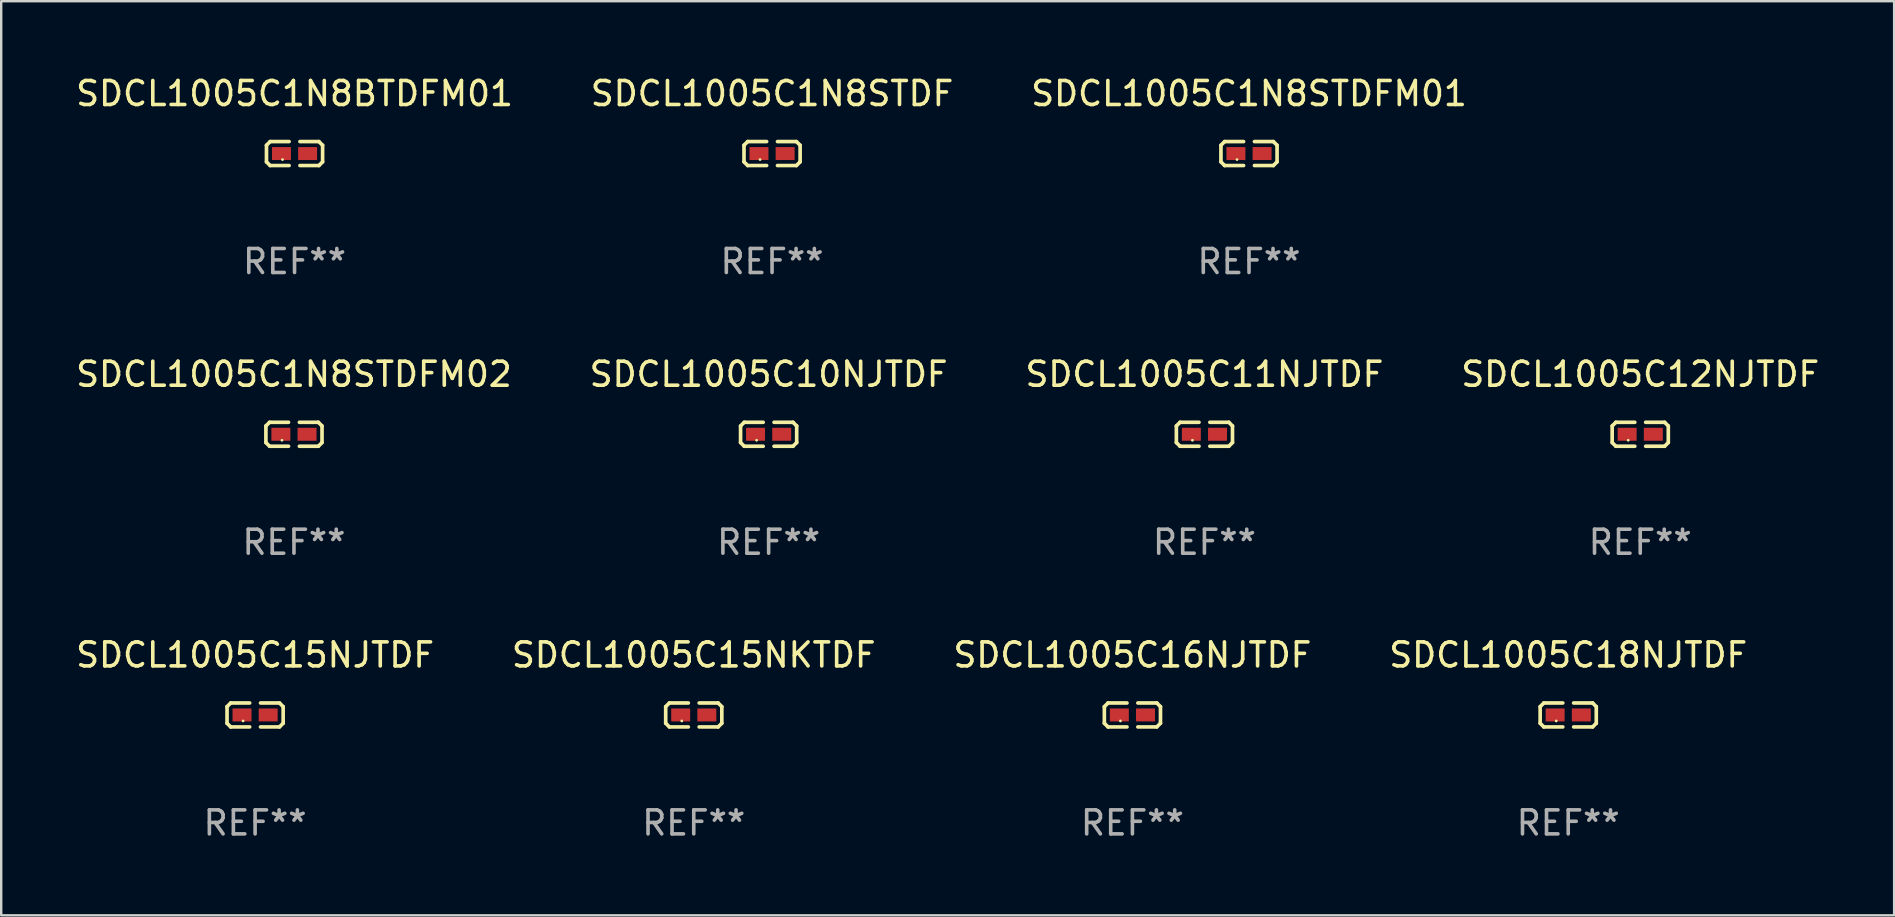
<source format=kicad_pcb>
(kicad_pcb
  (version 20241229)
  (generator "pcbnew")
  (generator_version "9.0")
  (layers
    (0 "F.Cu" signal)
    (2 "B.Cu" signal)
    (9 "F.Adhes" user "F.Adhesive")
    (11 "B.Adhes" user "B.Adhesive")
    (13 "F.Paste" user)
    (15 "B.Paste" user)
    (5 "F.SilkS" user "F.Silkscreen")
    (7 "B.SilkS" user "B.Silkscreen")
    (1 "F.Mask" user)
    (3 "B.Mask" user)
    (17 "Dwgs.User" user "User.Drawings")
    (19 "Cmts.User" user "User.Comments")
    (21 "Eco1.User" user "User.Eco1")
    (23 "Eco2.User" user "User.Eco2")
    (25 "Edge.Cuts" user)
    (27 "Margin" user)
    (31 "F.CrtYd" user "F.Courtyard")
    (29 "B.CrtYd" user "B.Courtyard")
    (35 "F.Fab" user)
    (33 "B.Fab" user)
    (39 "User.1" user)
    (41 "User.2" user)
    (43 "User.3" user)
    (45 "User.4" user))
  (footprint "SDCL1005C15NKTDF"
    (layer "F.Cu")
    (at 25.851 26.734)
    (property "Reference" "SDCL1005C15NKTDF" (at 0 -2.499 0) (layer "F.SilkS") (effects (font (size 1 1) (thickness 0.15))))
    (attr through_hole)
    (fp_line (start -1.169 -0.346) (end -1.016 -0.499) (stroke (width 0.152) (type solid)) (layer "F.SilkS"))
    (fp_line (start -1.169 0.346) (end -1.169 -0.346) (stroke (width 0.152) (type solid)) (layer "F.SilkS"))
    (fp_line (start -1.016 -0.499) (end -0.226 -0.499) (stroke (width 0.152) (type solid)) (layer "F.SilkS"))
    (fp_line (start -1.016 0.499) (end -1.169 0.346) (stroke (width 0.152) (type solid)) (layer "F.SilkS"))
    (fp_line (start -0.226 0.499) (end -1.016 0.499) (stroke (width 0.152) (type solid)) (layer "F.SilkS"))
    (fp_line (start 0.226 0.499) (end 1.016 0.499) (stroke (width 0.152) (type solid)) (layer "F.SilkS"))
    (fp_line (start 1.016 -0.499) (end 0.226 -0.499) (stroke (width 0.152) (type solid)) (layer "F.SilkS"))
    (fp_line (start 1.016 0.499) (end 1.169 0.346) (stroke (width 0.152) (type solid)) (layer "F.SilkS"))
    (fp_line (start 1.169 -0.346) (end 1.016 -0.499) (stroke (width 0.152) (type solid)) (layer "F.SilkS"))
    (fp_line (start 1.169 0.346) (end 1.169 -0.346) (stroke (width 0.152) (type solid)) (layer "F.SilkS"))
    (fp_circle (center -0.5 0.25) (end -0.47 0.25) (stroke (width 0.06) (type solid)) (fill no) (layer "F.SilkS"))
    (fp_text user "REF**" (at 0 4.499 0) (layer "F.Fab") (effects (font (size 1 1) (thickness 0.15))))
    (pad "1" smd rect (at -0.545 0) (size 0.79 0.54) (layers "F.Cu" "F.Mask" "F.Paste"))
    (pad "2" smd rect (at 0.545 0) (size 0.79 0.54) (layers "F.Cu" "F.Mask" "F.Paste")))
  (footprint "SDCL1005C1N8STDFM01"
    (layer "F.Cu")
    (at 48.982 3.347)
    (property "Reference" "SDCL1005C1N8STDFM01" (at 0 -2.499 0) (layer "F.SilkS") (effects (font (size 1 1) (thickness 0.15))))
    (attr through_hole)
    (fp_line (start -1.169 -0.346) (end -1.016 -0.499) (stroke (width 0.152) (type solid)) (layer "F.SilkS"))
    (fp_line (start -1.169 0.346) (end -1.169 -0.346) (stroke (width 0.152) (type solid)) (layer "F.SilkS"))
    (fp_line (start -1.016 -0.499) (end -0.226 -0.499) (stroke (width 0.152) (type solid)) (layer "F.SilkS"))
    (fp_line (start -1.016 0.499) (end -1.169 0.346) (stroke (width 0.152) (type solid)) (layer "F.SilkS"))
    (fp_line (start -0.226 0.499) (end -1.016 0.499) (stroke (width 0.152) (type solid)) (layer "F.SilkS"))
    (fp_line (start 0.226 0.499) (end 1.016 0.499) (stroke (width 0.152) (type solid)) (layer "F.SilkS"))
    (fp_line (start 1.016 -0.499) (end 0.226 -0.499) (stroke (width 0.152) (type solid)) (layer "F.SilkS"))
    (fp_line (start 1.016 0.499) (end 1.169 0.346) (stroke (width 0.152) (type solid)) (layer "F.SilkS"))
    (fp_line (start 1.169 -0.346) (end 1.016 -0.499) (stroke (width 0.152) (type solid)) (layer "F.SilkS"))
    (fp_line (start 1.169 0.346) (end 1.169 -0.346) (stroke (width 0.152) (type solid)) (layer "F.SilkS"))
    (fp_circle (center -0.5 0.25) (end -0.47 0.25) (stroke (width 0.06) (type solid)) (fill no) (layer "F.SilkS"))
    (fp_text user "REF**" (at 0 4.499 0) (layer "F.Fab") (effects (font (size 1 1) (thickness 0.15))))
    (pad "1" smd rect (at -0.545 0) (size 0.79 0.54) (layers "F.Cu" "F.Mask" "F.Paste"))
    (pad "2" smd rect (at 0.545 0) (size 0.79 0.54) (layers "F.Cu" "F.Mask" "F.Paste")))
  (footprint "SDCL1005C15NJTDF"
    (layer "F.Cu")
    (at 7.577 26.734)
    (property "Reference" "SDCL1005C15NJTDF" (at 0 -2.499 0) (layer "F.SilkS") (effects (font (size 1 1) (thickness 0.15))))
    (attr through_hole)
    (fp_line (start -1.169 -0.346) (end -1.016 -0.499) (stroke (width 0.152) (type solid)) (layer "F.SilkS"))
    (fp_line (start -1.169 0.346) (end -1.169 -0.346) (stroke (width 0.152) (type solid)) (layer "F.SilkS"))
    (fp_line (start -1.016 -0.499) (end -0.226 -0.499) (stroke (width 0.152) (type solid)) (layer "F.SilkS"))
    (fp_line (start -1.016 0.499) (end -1.169 0.346) (stroke (width 0.152) (type solid)) (layer "F.SilkS"))
    (fp_line (start -0.226 0.499) (end -1.016 0.499) (stroke (width 0.152) (type solid)) (layer "F.SilkS"))
    (fp_line (start 0.226 0.499) (end 1.016 0.499) (stroke (width 0.152) (type solid)) (layer "F.SilkS"))
    (fp_line (start 1.016 -0.499) (end 0.226 -0.499) (stroke (width 0.152) (type solid)) (layer "F.SilkS"))
    (fp_line (start 1.016 0.499) (end 1.169 0.346) (stroke (width 0.152) (type solid)) (layer "F.SilkS"))
    (fp_line (start 1.169 -0.346) (end 1.016 -0.499) (stroke (width 0.152) (type solid)) (layer "F.SilkS"))
    (fp_line (start 1.169 0.346) (end 1.169 -0.346) (stroke (width 0.152) (type solid)) (layer "F.SilkS"))
    (fp_circle (center -0.5 0.25) (end -0.47 0.25) (stroke (width 0.06) (type solid)) (fill no) (layer "F.SilkS"))
    (fp_text user "REF**" (at 0 4.499 0) (layer "F.Fab") (effects (font (size 1 1) (thickness 0.15))))
    (pad "1" smd rect (at -0.545 0) (size 0.79 0.54) (layers "F.Cu" "F.Mask" "F.Paste"))
    (pad "2" smd rect (at 0.545 0) (size 0.79 0.54) (layers "F.Cu" "F.Mask" "F.Paste")))
  (footprint "SDCL1005C10NJTDF"
    (layer "F.Cu")
    (at 28.97 15.041)
    (property "Reference" "SDCL1005C10NJTDF" (at 0 -2.499 0) (layer "F.SilkS") (effects (font (size 1 1) (thickness 0.15))))
    (attr through_hole)
    (fp_line (start -1.169 -0.346) (end -1.016 -0.499) (stroke (width 0.152) (type solid)) (layer "F.SilkS"))
    (fp_line (start -1.169 0.346) (end -1.169 -0.346) (stroke (width 0.152) (type solid)) (layer "F.SilkS"))
    (fp_line (start -1.016 -0.499) (end -0.226 -0.499) (stroke (width 0.152) (type solid)) (layer "F.SilkS"))
    (fp_line (start -1.016 0.499) (end -1.169 0.346) (stroke (width 0.152) (type solid)) (layer "F.SilkS"))
    (fp_line (start -0.226 0.499) (end -1.016 0.499) (stroke (width 0.152) (type solid)) (layer "F.SilkS"))
    (fp_line (start 0.226 0.499) (end 1.016 0.499) (stroke (width 0.152) (type solid)) (layer "F.SilkS"))
    (fp_line (start 1.016 -0.499) (end 0.226 -0.499) (stroke (width 0.152) (type solid)) (layer "F.SilkS"))
    (fp_line (start 1.016 0.499) (end 1.169 0.346) (stroke (width 0.152) (type solid)) (layer "F.SilkS"))
    (fp_line (start 1.169 -0.346) (end 1.016 -0.499) (stroke (width 0.152) (type solid)) (layer "F.SilkS"))
    (fp_line (start 1.169 0.346) (end 1.169 -0.346) (stroke (width 0.152) (type solid)) (layer "F.SilkS"))
    (fp_circle (center -0.5 0.25) (end -0.47 0.25) (stroke (width 0.06) (type solid)) (fill no) (layer "F.SilkS"))
    (fp_text user "REF**" (at 0 4.499 0) (layer "F.Fab") (effects (font (size 1 1) (thickness 0.15))))
    (pad "1" smd rect (at -0.545 0) (size 0.79 0.54) (layers "F.Cu" "F.Mask" "F.Paste"))
    (pad "2" smd rect (at 0.545 0) (size 0.79 0.54) (layers "F.Cu" "F.Mask" "F.Paste")))
  (footprint "SDCL1005C16NJTDF"
    (layer "F.Cu")
    (at 44.125 26.734)
    (property "Reference" "SDCL1005C16NJTDF" (at 0 -2.499 0) (layer "F.SilkS") (effects (font (size 1 1) (thickness 0.15))))
    (attr through_hole)
    (fp_line (start -1.169 -0.346) (end -1.016 -0.499) (stroke (width 0.152) (type solid)) (layer "F.SilkS"))
    (fp_line (start -1.169 0.346) (end -1.169 -0.346) (stroke (width 0.152) (type solid)) (layer "F.SilkS"))
    (fp_line (start -1.016 -0.499) (end -0.226 -0.499) (stroke (width 0.152) (type solid)) (layer "F.SilkS"))
    (fp_line (start -1.016 0.499) (end -1.169 0.346) (stroke (width 0.152) (type solid)) (layer "F.SilkS"))
    (fp_line (start -0.226 0.499) (end -1.016 0.499) (stroke (width 0.152) (type solid)) (layer "F.SilkS"))
    (fp_line (start 0.226 0.499) (end 1.016 0.499) (stroke (width 0.152) (type solid)) (layer "F.SilkS"))
    (fp_line (start 1.016 -0.499) (end 0.226 -0.499) (stroke (width 0.152) (type solid)) (layer "F.SilkS"))
    (fp_line (start 1.016 0.499) (end 1.169 0.346) (stroke (width 0.152) (type solid)) (layer "F.SilkS"))
    (fp_line (start 1.169 -0.346) (end 1.016 -0.499) (stroke (width 0.152) (type solid)) (layer "F.SilkS"))
    (fp_line (start 1.169 0.346) (end 1.169 -0.346) (stroke (width 0.152) (type solid)) (layer "F.SilkS"))
    (fp_circle (center -0.5 0.25) (end -0.47 0.25) (stroke (width 0.06) (type solid)) (fill no) (layer "F.SilkS"))
    (fp_text user "REF**" (at 0 4.499 0) (layer "F.Fab") (effects (font (size 1 1) (thickness 0.15))))
    (pad "1" smd rect (at -0.545 0) (size 0.79 0.54) (layers "F.Cu" "F.Mask" "F.Paste"))
    (pad "2" smd rect (at 0.545 0) (size 0.79 0.54) (layers "F.Cu" "F.Mask" "F.Paste")))
  (footprint "SDCL1005C11NJTDF"
    (layer "F.Cu")
    (at 47.125 15.041)
    (property "Reference" "SDCL1005C11NJTDF" (at 0 -2.499 0) (layer "F.SilkS") (effects (font (size 1 1) (thickness 0.15))))
    (attr through_hole)
    (fp_line (start -1.169 -0.346) (end -1.016 -0.499) (stroke (width 0.152) (type solid)) (layer "F.SilkS"))
    (fp_line (start -1.169 0.346) (end -1.169 -0.346) (stroke (width 0.152) (type solid)) (layer "F.SilkS"))
    (fp_line (start -1.016 -0.499) (end -0.226 -0.499) (stroke (width 0.152) (type solid)) (layer "F.SilkS"))
    (fp_line (start -1.016 0.499) (end -1.169 0.346) (stroke (width 0.152) (type solid)) (layer "F.SilkS"))
    (fp_line (start -0.226 0.499) (end -1.016 0.499) (stroke (width 0.152) (type solid)) (layer "F.SilkS"))
    (fp_line (start 0.226 0.499) (end 1.016 0.499) (stroke (width 0.152) (type solid)) (layer "F.SilkS"))
    (fp_line (start 1.016 -0.499) (end 0.226 -0.499) (stroke (width 0.152) (type solid)) (layer "F.SilkS"))
    (fp_line (start 1.016 0.499) (end 1.169 0.346) (stroke (width 0.152) (type solid)) (layer "F.SilkS"))
    (fp_line (start 1.169 -0.346) (end 1.016 -0.499) (stroke (width 0.152) (type solid)) (layer "F.SilkS"))
    (fp_line (start 1.169 0.346) (end 1.169 -0.346) (stroke (width 0.152) (type solid)) (layer "F.SilkS"))
    (fp_circle (center -0.5 0.25) (end -0.47 0.25) (stroke (width 0.06) (type solid)) (fill no) (layer "F.SilkS"))
    (fp_text user "REF**" (at 0 4.499 0) (layer "F.Fab") (effects (font (size 1 1) (thickness 0.15))))
    (pad "1" smd rect (at -0.545 0) (size 0.79 0.54) (layers "F.Cu" "F.Mask" "F.Paste"))
    (pad "2" smd rect (at 0.545 0) (size 0.79 0.54) (layers "F.Cu" "F.Mask" "F.Paste")))
  (footprint "SDCL1005C12NJTDF"
    (layer "F.Cu")
    (at 65.28 15.041)
    (property "Reference" "SDCL1005C12NJTDF" (at 0 -2.499 0) (layer "F.SilkS") (effects (font (size 1 1) (thickness 0.15))))
    (attr through_hole)
    (fp_line (start -1.169 -0.346) (end -1.016 -0.499) (stroke (width 0.152) (type solid)) (layer "F.SilkS"))
    (fp_line (start -1.169 0.346) (end -1.169 -0.346) (stroke (width 0.152) (type solid)) (layer "F.SilkS"))
    (fp_line (start -1.016 -0.499) (end -0.226 -0.499) (stroke (width 0.152) (type solid)) (layer "F.SilkS"))
    (fp_line (start -1.016 0.499) (end -1.169 0.346) (stroke (width 0.152) (type solid)) (layer "F.SilkS"))
    (fp_line (start -0.226 0.499) (end -1.016 0.499) (stroke (width 0.152) (type solid)) (layer "F.SilkS"))
    (fp_line (start 0.226 0.499) (end 1.016 0.499) (stroke (width 0.152) (type solid)) (layer "F.SilkS"))
    (fp_line (start 1.016 -0.499) (end 0.226 -0.499) (stroke (width 0.152) (type solid)) (layer "F.SilkS"))
    (fp_line (start 1.016 0.499) (end 1.169 0.346) (stroke (width 0.152) (type solid)) (layer "F.SilkS"))
    (fp_line (start 1.169 -0.346) (end 1.016 -0.499) (stroke (width 0.152) (type solid)) (layer "F.SilkS"))
    (fp_line (start 1.169 0.346) (end 1.169 -0.346) (stroke (width 0.152) (type solid)) (layer "F.SilkS"))
    (fp_circle (center -0.5 0.25) (end -0.47 0.25) (stroke (width 0.06) (type solid)) (fill no) (layer "F.SilkS"))
    (fp_text user "REF**" (at 0 4.499 0) (layer "F.Fab") (effects (font (size 1 1) (thickness 0.15))))
    (pad "1" smd rect (at -0.545 0) (size 0.79 0.54) (layers "F.Cu" "F.Mask" "F.Paste"))
    (pad "2" smd rect (at 0.545 0) (size 0.79 0.54) (layers "F.Cu" "F.Mask" "F.Paste")))
  (footprint "SDCL1005C1N8STDF"
    (layer "F.Cu")
    (at 29.113 3.347)
    (property "Reference" "SDCL1005C1N8STDF" (at 0 -2.499 0) (layer "F.SilkS") (effects (font (size 1 1) (thickness 0.15))))
    (attr through_hole)
    (fp_line (start -1.169 -0.346) (end -1.016 -0.499) (stroke (width 0.152) (type solid)) (layer "F.SilkS"))
    (fp_line (start -1.169 0.346) (end -1.169 -0.346) (stroke (width 0.152) (type solid)) (layer "F.SilkS"))
    (fp_line (start -1.016 -0.499) (end -0.226 -0.499) (stroke (width 0.152) (type solid)) (layer "F.SilkS"))
    (fp_line (start -1.016 0.499) (end -1.169 0.346) (stroke (width 0.152) (type solid)) (layer "F.SilkS"))
    (fp_line (start -0.226 0.499) (end -1.016 0.499) (stroke (width 0.152) (type solid)) (layer "F.SilkS"))
    (fp_line (start 0.226 0.499) (end 1.016 0.499) (stroke (width 0.152) (type solid)) (layer "F.SilkS"))
    (fp_line (start 1.016 -0.499) (end 0.226 -0.499) (stroke (width 0.152) (type solid)) (layer "F.SilkS"))
    (fp_line (start 1.016 0.499) (end 1.169 0.346) (stroke (width 0.152) (type solid)) (layer "F.SilkS"))
    (fp_line (start 1.169 -0.346) (end 1.016 -0.499) (stroke (width 0.152) (type solid)) (layer "F.SilkS"))
    (fp_line (start 1.169 0.346) (end 1.169 -0.346) (stroke (width 0.152) (type solid)) (layer "F.SilkS"))
    (fp_circle (center -0.5 0.25) (end -0.47 0.25) (stroke (width 0.06) (type solid)) (fill no) (layer "F.SilkS"))
    (fp_text user "REF**" (at 0 4.499 0) (layer "F.Fab") (effects (font (size 1 1) (thickness 0.15))))
    (pad "1" smd rect (at -0.545 0) (size 0.79 0.54) (layers "F.Cu" "F.Mask" "F.Paste"))
    (pad "2" smd rect (at 0.545 0) (size 0.79 0.54) (layers "F.Cu" "F.Mask" "F.Paste")))
  (footprint "SDCL1005C18NJTDF"
    (layer "F.Cu")
    (at 62.28 26.734)
    (property "Reference" "SDCL1005C18NJTDF" (at 0 -2.499 0) (layer "F.SilkS") (effects (font (size 1 1) (thickness 0.15))))
    (attr through_hole)
    (fp_line (start -1.169 -0.346) (end -1.016 -0.499) (stroke (width 0.152) (type solid)) (layer "F.SilkS"))
    (fp_line (start -1.169 0.346) (end -1.169 -0.346) (stroke (width 0.152) (type solid)) (layer "F.SilkS"))
    (fp_line (start -1.016 -0.499) (end -0.226 -0.499) (stroke (width 0.152) (type solid)) (layer "F.SilkS"))
    (fp_line (start -1.016 0.499) (end -1.169 0.346) (stroke (width 0.152) (type solid)) (layer "F.SilkS"))
    (fp_line (start -0.226 0.499) (end -1.016 0.499) (stroke (width 0.152) (type solid)) (layer "F.SilkS"))
    (fp_line (start 0.226 0.499) (end 1.016 0.499) (stroke (width 0.152) (type solid)) (layer "F.SilkS"))
    (fp_line (start 1.016 -0.499) (end 0.226 -0.499) (stroke (width 0.152) (type solid)) (layer "F.SilkS"))
    (fp_line (start 1.016 0.499) (end 1.169 0.346) (stroke (width 0.152) (type solid)) (layer "F.SilkS"))
    (fp_line (start 1.169 -0.346) (end 1.016 -0.499) (stroke (width 0.152) (type solid)) (layer "F.SilkS"))
    (fp_line (start 1.169 0.346) (end 1.169 -0.346) (stroke (width 0.152) (type solid)) (layer "F.SilkS"))
    (fp_circle (center -0.5 0.25) (end -0.47 0.25) (stroke (width 0.06) (type solid)) (fill no) (layer "F.SilkS"))
    (fp_text user "REF**" (at 0 4.499 0) (layer "F.Fab") (effects (font (size 1 1) (thickness 0.15))))
    (pad "1" smd rect (at -0.545 0) (size 0.79 0.54) (layers "F.Cu" "F.Mask" "F.Paste"))
    (pad "2" smd rect (at 0.545 0) (size 0.79 0.54) (layers "F.Cu" "F.Mask" "F.Paste")))
  (footprint "SDCL1005C1N8STDFM02"
    (layer "F.Cu")
    (at 9.196 15.041)
    (property "Reference" "SDCL1005C1N8STDFM02" (at 0 -2.499 0) (layer "F.SilkS") (effects (font (size 1 1) (thickness 0.15))))
    (attr through_hole)
    (fp_line (start -1.169 -0.346) (end -1.016 -0.499) (stroke (width 0.152) (type solid)) (layer "F.SilkS"))
    (fp_line (start -1.169 0.346) (end -1.169 -0.346) (stroke (width 0.152) (type solid)) (layer "F.SilkS"))
    (fp_line (start -1.016 -0.499) (end -0.226 -0.499) (stroke (width 0.152) (type solid)) (layer "F.SilkS"))
    (fp_line (start -1.016 0.499) (end -1.169 0.346) (stroke (width 0.152) (type solid)) (layer "F.SilkS"))
    (fp_line (start -0.226 0.499) (end -1.016 0.499) (stroke (width 0.152) (type solid)) (layer "F.SilkS"))
    (fp_line (start 0.226 0.499) (end 1.016 0.499) (stroke (width 0.152) (type solid)) (layer "F.SilkS"))
    (fp_line (start 1.016 -0.499) (end 0.226 -0.499) (stroke (width 0.152) (type solid)) (layer "F.SilkS"))
    (fp_line (start 1.016 0.499) (end 1.169 0.346) (stroke (width 0.152) (type solid)) (layer "F.SilkS"))
    (fp_line (start 1.169 -0.346) (end 1.016 -0.499) (stroke (width 0.152) (type solid)) (layer "F.SilkS"))
    (fp_line (start 1.169 0.346) (end 1.169 -0.346) (stroke (width 0.152) (type solid)) (layer "F.SilkS"))
    (fp_circle (center -0.5 0.25) (end -0.47 0.25) (stroke (width 0.06) (type solid)) (fill no) (layer "F.SilkS"))
    (fp_text user "REF**" (at 0 4.499 0) (layer "F.Fab") (effects (font (size 1 1) (thickness 0.15))))
    (pad "1" smd rect (at -0.545 0) (size 0.79 0.54) (layers "F.Cu" "F.Mask" "F.Paste"))
    (pad "2" smd rect (at 0.545 0) (size 0.79 0.54) (layers "F.Cu" "F.Mask" "F.Paste")))
  (footprint "SDCL1005C1N8BTDFM01"
    (layer "F.Cu")
    (at 9.22 3.347)
    (property "Reference" "SDCL1005C1N8BTDFM01" (at 0 -2.499 0) (layer "F.SilkS") (effects (font (size 1 1) (thickness 0.15))))
    (attr through_hole)
    (fp_line (start -1.169 -0.346) (end -1.016 -0.499) (stroke (width 0.152) (type solid)) (layer "F.SilkS"))
    (fp_line (start -1.169 0.346) (end -1.169 -0.346) (stroke (width 0.152) (type solid)) (layer "F.SilkS"))
    (fp_line (start -1.016 -0.499) (end -0.226 -0.499) (stroke (width 0.152) (type solid)) (layer "F.SilkS"))
    (fp_line (start -1.016 0.499) (end -1.169 0.346) (stroke (width 0.152) (type solid)) (layer "F.SilkS"))
    (fp_line (start -0.226 0.499) (end -1.016 0.499) (stroke (width 0.152) (type solid)) (layer "F.SilkS"))
    (fp_line (start 0.226 0.499) (end 1.016 0.499) (stroke (width 0.152) (type solid)) (layer "F.SilkS"))
    (fp_line (start 1.016 -0.499) (end 0.226 -0.499) (stroke (width 0.152) (type solid)) (layer "F.SilkS"))
    (fp_line (start 1.016 0.499) (end 1.169 0.346) (stroke (width 0.152) (type solid)) (layer "F.SilkS"))
    (fp_line (start 1.169 -0.346) (end 1.016 -0.499) (stroke (width 0.152) (type solid)) (layer "F.SilkS"))
    (fp_line (start 1.169 0.346) (end 1.169 -0.346) (stroke (width 0.152) (type solid)) (layer "F.SilkS"))
    (fp_circle (center -0.5 0.25) (end -0.47 0.25) (stroke (width 0.06) (type solid)) (fill no) (layer "F.SilkS"))
    (fp_text user "REF**" (at 0 4.499 0) (layer "F.Fab") (effects (font (size 1 1) (thickness 0.15))))
    (pad "1" smd rect (at -0.545 0) (size 0.79 0.54) (layers "F.Cu" "F.Mask" "F.Paste"))
    (pad "2" smd rect (at 0.545 0) (size 0.79 0.54) (layers "F.Cu" "F.Mask" "F.Paste")))
  (gr_rect
    (start -3 -3)
    (end 75.857 35.081)
    (stroke (width 0.1) (type default))
    (fill no)
    (layer "Edge.Cuts")))
</source>
